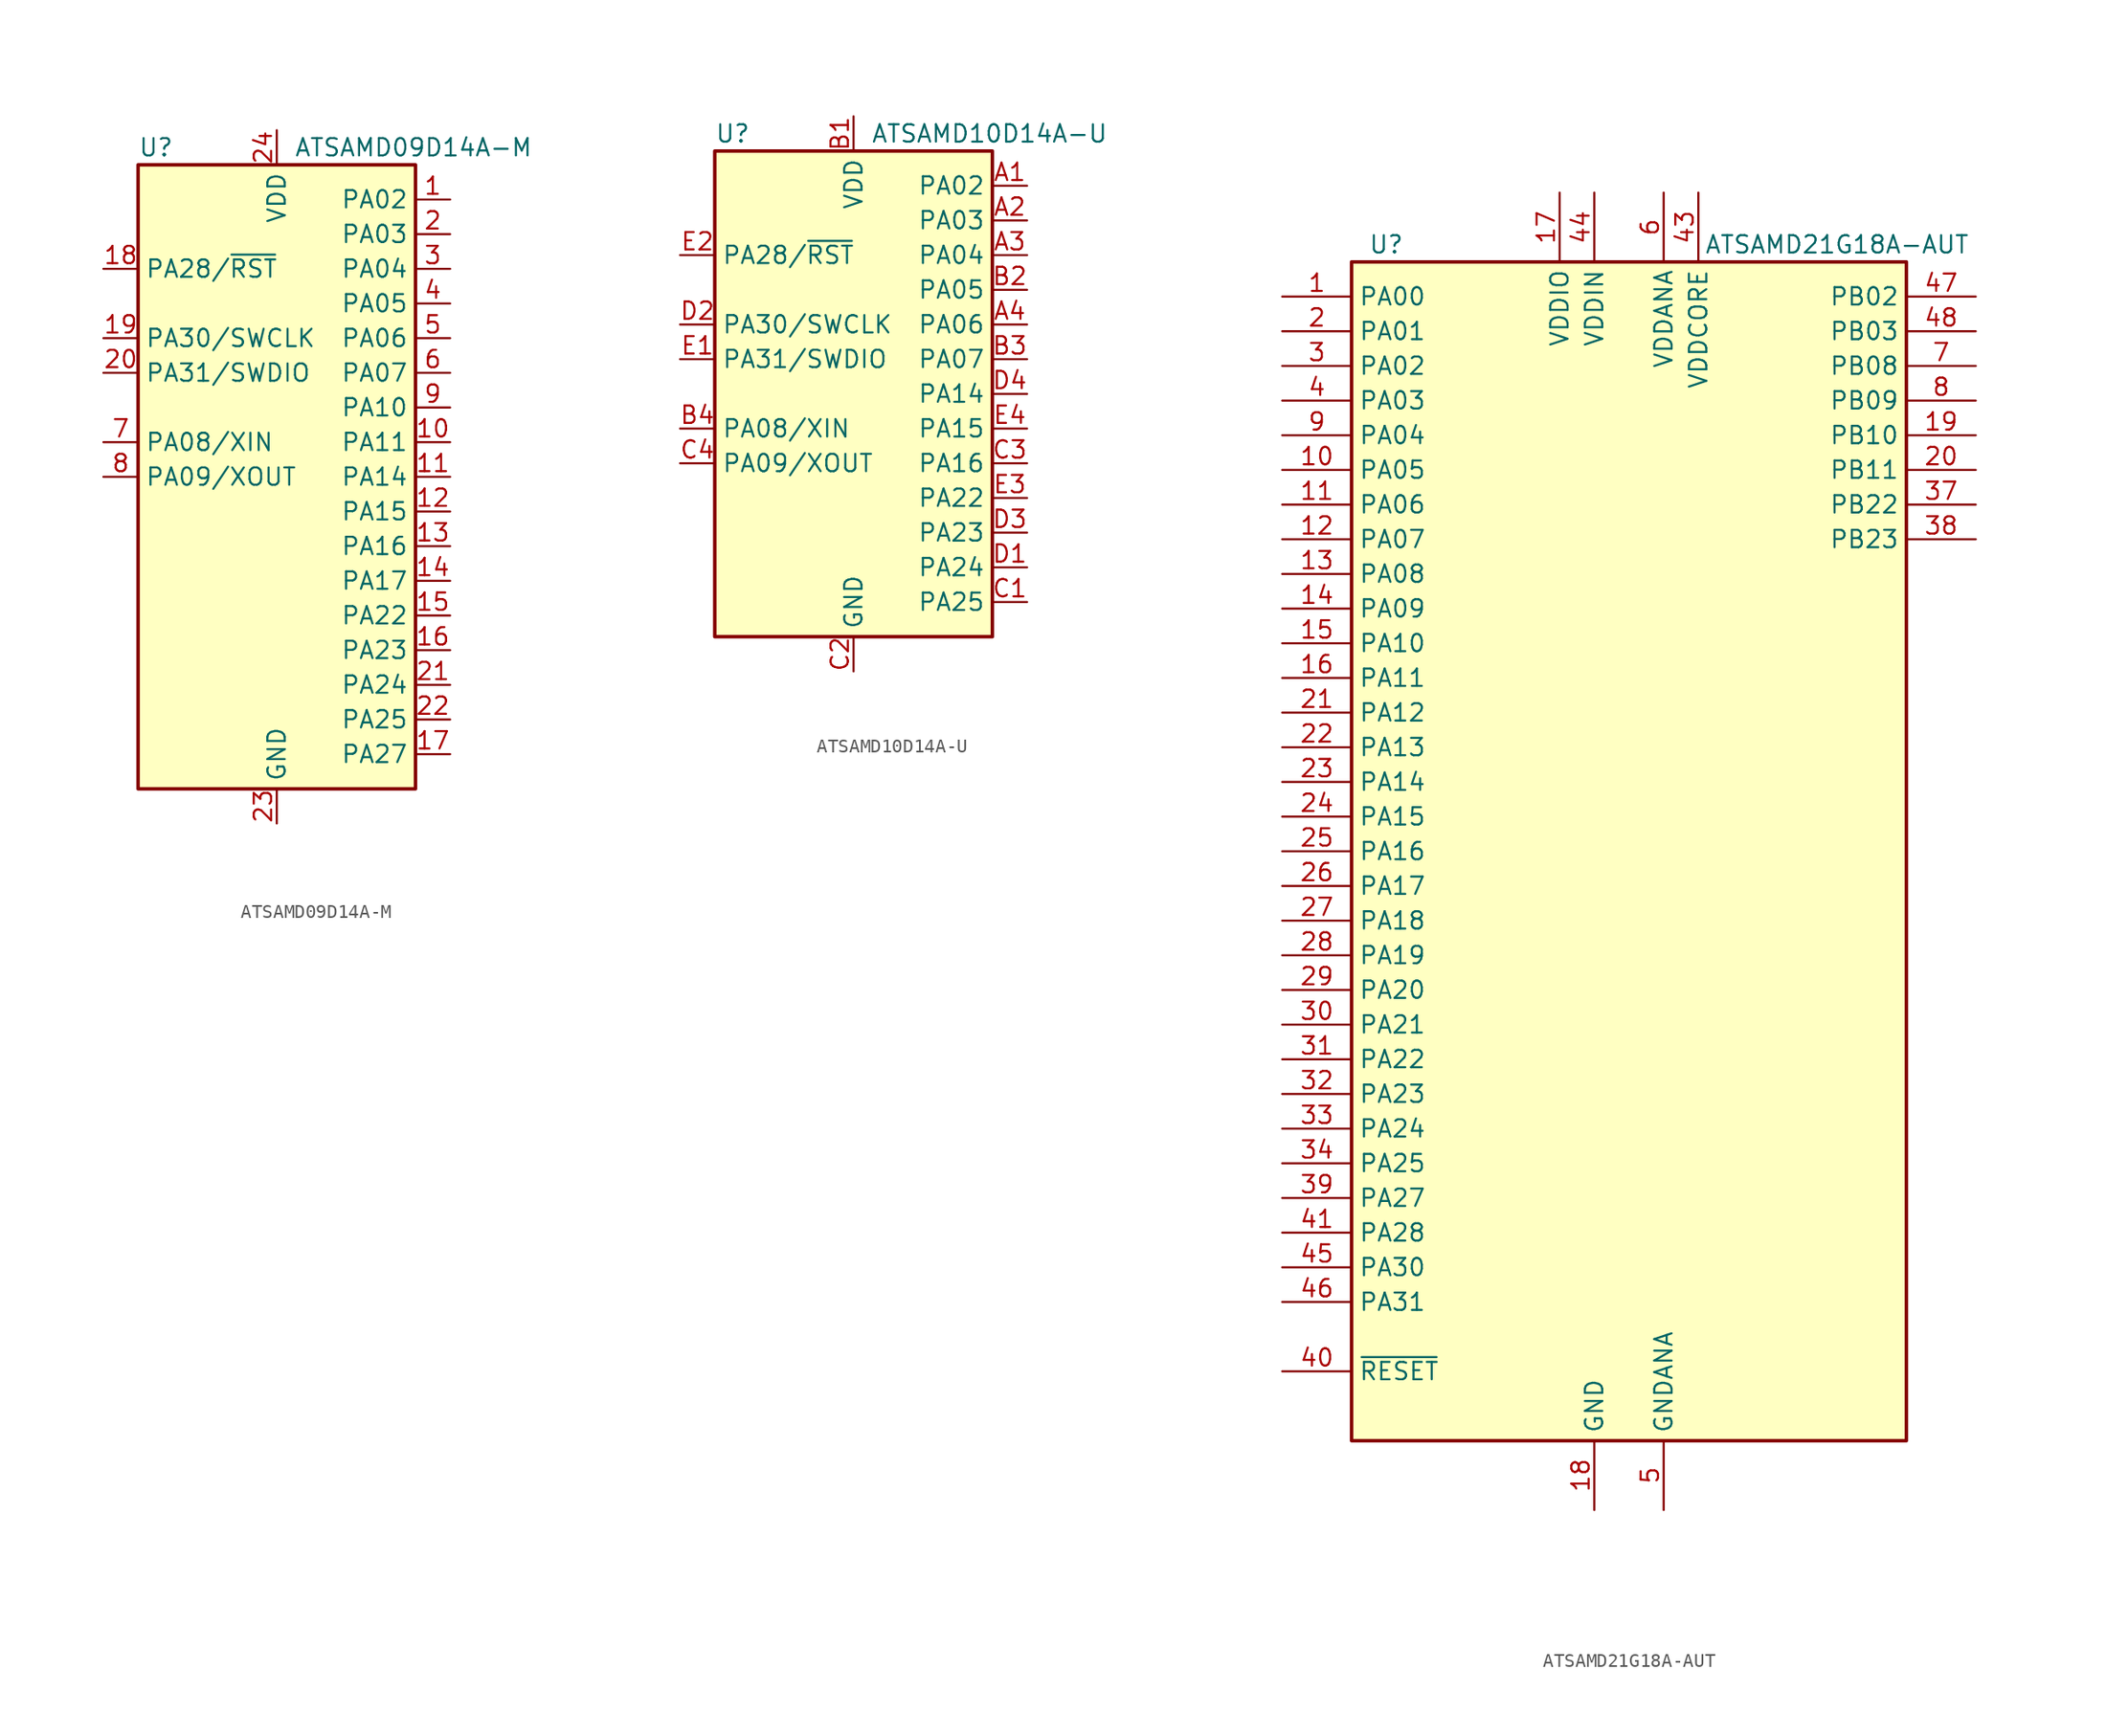
<source format=kicad_sym>
(kicad_symbol_lib
  (version 20201005)
  (generator kicad_symbol_editor)
  (symbol "ATSAMD09D14A-M"
    (property "Reference" "U"
      (at -10.16 24.13 0)
      (effects (font (size 1.27 1.27)) (justify left)))
    (property "Value" "ATSAMD09D14A-M"
      (at 1.27 24.13 0)
      (effects (font (size 1.27 1.27)) (justify left)))
    (symbol "ATSAMD09D14A-M_0_1"
      (rectangle (start -10.16 22.86) (end 10.16 -22.86) (stroke (width 0.254)) (fill (type background))))
    (symbol "ATSAMD09D14A-M_1_1"
      (pin bidirectional line (at 12.7 20.32 180) (length 2.54) (name "PA02" (effects (font (size 1.27 1.27)))) (number "1" (effects (font (size 1.27 1.27)))))
      (pin bidirectional line (at 12.7 2.54 180) (length 2.54) (name "PA11" (effects (font (size 1.27 1.27)))) (number "10" (effects (font (size 1.27 1.27)))))
      (pin bidirectional line (at 12.7 0 180) (length 2.54) (name "PA14" (effects (font (size 1.27 1.27)))) (number "11" (effects (font (size 1.27 1.27)))))
      (pin bidirectional line (at 12.7 -2.54 180) (length 2.54) (name "PA15" (effects (font (size 1.27 1.27)))) (number "12" (effects (font (size 1.27 1.27)))))
      (pin bidirectional line (at 12.7 -5.08 180) (length 2.54) (name "PA16" (effects (font (size 1.27 1.27)))) (number "13" (effects (font (size 1.27 1.27)))))
      (pin bidirectional line (at 12.7 -7.62 180) (length 2.54) (name "PA17" (effects (font (size 1.27 1.27)))) (number "14" (effects (font (size 1.27 1.27)))))
      (pin bidirectional line (at 12.7 -10.16 180) (length 2.54) (name "PA22" (effects (font (size 1.27 1.27)))) (number "15" (effects (font (size 1.27 1.27)))))
      (pin bidirectional line (at 12.7 -12.7 180) (length 2.54) (name "PA23" (effects (font (size 1.27 1.27)))) (number "16" (effects (font (size 1.27 1.27)))))
      (pin bidirectional line (at 12.7 -20.32 180) (length 2.54) (name "PA27" (effects (font (size 1.27 1.27)))) (number "17" (effects (font (size 1.27 1.27)))))
      (pin bidirectional line (at -12.7 15.24 0) (length 2.54) (name "PA28/~RST" (effects (font (size 1.27 1.27)))) (number "18" (effects (font (size 1.27 1.27)))))
      (pin bidirectional line (at -12.7 10.16 0) (length 2.54) (name "PA30/SWCLK" (effects (font (size 1.27 1.27)))) (number "19" (effects (font (size 1.27 1.27)))))
      (pin bidirectional line (at 12.7 17.78 180) (length 2.54) (name "PA03" (effects (font (size 1.27 1.27)))) (number "2" (effects (font (size 1.27 1.27)))))
      (pin bidirectional line (at -12.7 7.62 0) (length 2.54) (name "PA31/SWDIO" (effects (font (size 1.27 1.27)))) (number "20" (effects (font (size 1.27 1.27)))))
      (pin bidirectional line (at 12.7 -15.24 180) (length 2.54) (name "PA24" (effects (font (size 1.27 1.27)))) (number "21" (effects (font (size 1.27 1.27)))))
      (pin bidirectional line (at 12.7 -17.78 180) (length 2.54) (name "PA25" (effects (font (size 1.27 1.27)))) (number "22" (effects (font (size 1.27 1.27)))))
      (pin power_in line (at 0 -25.4 90) (length 2.54) (name "GND" (effects (font (size 1.27 1.27)))) (number "23" (effects (font (size 1.27 1.27)))))
      (pin power_in line (at 0 25.4 270) (length 2.54) (name "VDD" (effects (font (size 1.27 1.27)))) (number "24" (effects (font (size 1.27 1.27)))))
      (pin bidirectional line (at 12.7 15.24 180) (length 2.54) (name "PA04" (effects (font (size 1.27 1.27)))) (number "3" (effects (font (size 1.27 1.27)))))
      (pin bidirectional line (at 12.7 12.7 180) (length 2.54) (name "PA05" (effects (font (size 1.27 1.27)))) (number "4" (effects (font (size 1.27 1.27)))))
      (pin bidirectional line (at 12.7 10.16 180) (length 2.54) (name "PA06" (effects (font (size 1.27 1.27)))) (number "5" (effects (font (size 1.27 1.27)))))
      (pin bidirectional line (at 12.7 7.62 180) (length 2.54) (name "PA07" (effects (font (size 1.27 1.27)))) (number "6" (effects (font (size 1.27 1.27)))))
      (pin bidirectional line (at -12.7 2.54 0) (length 2.54) (name "PA08/XIN" (effects (font (size 1.27 1.27)))) (number "7" (effects (font (size 1.27 1.27)))))
      (pin bidirectional line (at -12.7 0 0) (length 2.54) (name "PA09/XOUT" (effects (font (size 1.27 1.27)))) (number "8" (effects (font (size 1.27 1.27)))))
      (pin bidirectional line (at 12.7 5.08 180) (length 2.54) (name "PA10" (effects (font (size 1.27 1.27)))) (number "9" (effects (font (size 1.27 1.27)))))))
  (symbol "ATSAMD10D14A-U"
    (property "Reference" "U"
      (at -10.16 19.05 0)
      (effects (font (size 1.27 1.27)) (justify left)))
    (property "Value" "ATSAMD10D14A-U"
      (at 1.27 19.05 0)
      (effects (font (size 1.27 1.27)) (justify left)))
    (symbol "ATSAMD10D14A-U_0_1"
      (rectangle (start -10.16 17.78) (end 10.16 -17.78) (stroke (width 0.254)) (fill (type background))))
    (symbol "ATSAMD10D14A-U_1_1"
      (pin bidirectional line (at 12.7 15.24 180) (length 2.54) (name "PA02" (effects (font (size 1.27 1.27)))) (number "A1" (effects (font (size 1.27 1.27)))))
      (pin bidirectional line (at 12.7 12.7 180) (length 2.54) (name "PA03" (effects (font (size 1.27 1.27)))) (number "A2" (effects (font (size 1.27 1.27)))))
      (pin bidirectional line (at 12.7 10.16 180) (length 2.54) (name "PA04" (effects (font (size 1.27 1.27)))) (number "A3" (effects (font (size 1.27 1.27)))))
      (pin bidirectional line (at 12.7 5.08 180) (length 2.54) (name "PA06" (effects (font (size 1.27 1.27)))) (number "A4" (effects (font (size 1.27 1.27)))))
      (pin power_in line (at 0 20.32 270) (length 2.54) (name "VDD" (effects (font (size 1.27 1.27)))) (number "B1" (effects (font (size 1.27 1.27)))))
      (pin bidirectional line (at 12.7 7.62 180) (length 2.54) (name "PA05" (effects (font (size 1.27 1.27)))) (number "B2" (effects (font (size 1.27 1.27)))))
      (pin bidirectional line (at 12.7 2.54 180) (length 2.54) (name "PA07" (effects (font (size 1.27 1.27)))) (number "B3" (effects (font (size 1.27 1.27)))))
      (pin bidirectional line (at -12.7 -2.54 0) (length 2.54) (name "PA08/XIN" (effects (font (size 1.27 1.27)))) (number "B4" (effects (font (size 1.27 1.27)))))
      (pin bidirectional line (at 12.7 -15.24 180) (length 2.54) (name "PA25" (effects (font (size 1.27 1.27)))) (number "C1" (effects (font (size 1.27 1.27)))))
      (pin power_in line (at 0 -20.32 90) (length 2.54) (name "GND" (effects (font (size 1.27 1.27)))) (number "C2" (effects (font (size 1.27 1.27)))))
      (pin bidirectional line (at 12.7 -5.08 180) (length 2.54) (name "PA16" (effects (font (size 1.27 1.27)))) (number "C3" (effects (font (size 1.27 1.27)))))
      (pin bidirectional line (at -12.7 -5.08 0) (length 2.54) (name "PA09/XOUT" (effects (font (size 1.27 1.27)))) (number "C4" (effects (font (size 1.27 1.27)))))
      (pin bidirectional line (at 12.7 -12.7 180) (length 2.54) (name "PA24" (effects (font (size 1.27 1.27)))) (number "D1" (effects (font (size 1.27 1.27)))))
      (pin bidirectional line (at -12.7 5.08 0) (length 2.54) (name "PA30/SWCLK" (effects (font (size 1.27 1.27)))) (number "D2" (effects (font (size 1.27 1.27)))))
      (pin bidirectional line (at 12.7 -10.16 180) (length 2.54) (name "PA23" (effects (font (size 1.27 1.27)))) (number "D3" (effects (font (size 1.27 1.27)))))
      (pin bidirectional line (at 12.7 0 180) (length 2.54) (name "PA14" (effects (font (size 1.27 1.27)))) (number "D4" (effects (font (size 1.27 1.27)))))
      (pin bidirectional line (at -12.7 2.54 0) (length 2.54) (name "PA31/SWDIO" (effects (font (size 1.27 1.27)))) (number "E1" (effects (font (size 1.27 1.27)))))
      (pin bidirectional line (at -12.7 10.16 0) (length 2.54) (name "PA28/~RST" (effects (font (size 1.27 1.27)))) (number "E2" (effects (font (size 1.27 1.27)))))
      (pin bidirectional line (at 12.7 -7.62 180) (length 2.54) (name "PA22" (effects (font (size 1.27 1.27)))) (number "E3" (effects (font (size 1.27 1.27)))))
      (pin bidirectional line (at 12.7 -2.54 180) (length 2.54) (name "PA15" (effects (font (size 1.27 1.27)))) (number "E4" (effects (font (size 1.27 1.27)))))))
  (symbol "ATSAMD21G18A-AUT"
    (property "Reference" "U"
      (at -17.78 44.45 0)
      (effects (font (size 1.27 1.27))))
    (property "Value" "ATSAMD21G18A-AUT"
      (at 15.24 44.45 0)
      (effects (font (size 1.27 1.27))))
    (symbol "ATSAMD21G18A-AUT_0_1"
      (rectangle (start -20.32 43.18) (end 20.32 -43.18) (stroke (width 0.254)) (fill (type background))))
    (symbol "ATSAMD21G18A-AUT_1_1"
      (pin bidirectional line (at -25.4 40.64 0) (length 5.08) (name "PA00" (effects (font (size 1.27 1.27)))) (number "1" (effects (font (size 1.27 1.27)))))
      (pin bidirectional line (at -25.4 27.94 0) (length 5.08) (name "PA05" (effects (font (size 1.27 1.27)))) (number "10" (effects (font (size 1.27 1.27)))))
      (pin bidirectional line (at -25.4 25.4 0) (length 5.08) (name "PA06" (effects (font (size 1.27 1.27)))) (number "11" (effects (font (size 1.27 1.27)))))
      (pin bidirectional line (at -25.4 22.86 0) (length 5.08) (name "PA07" (effects (font (size 1.27 1.27)))) (number "12" (effects (font (size 1.27 1.27)))))
      (pin bidirectional line (at -25.4 20.32 0) (length 5.08) (name "PA08" (effects (font (size 1.27 1.27)))) (number "13" (effects (font (size 1.27 1.27)))))
      (pin bidirectional line (at -25.4 17.78 0) (length 5.08) (name "PA09" (effects (font (size 1.27 1.27)))) (number "14" (effects (font (size 1.27 1.27)))))
      (pin bidirectional line (at -25.4 15.24 0) (length 5.08) (name "PA10" (effects (font (size 1.27 1.27)))) (number "15" (effects (font (size 1.27 1.27)))))
      (pin bidirectional line (at -25.4 12.7 0) (length 5.08) (name "PA11" (effects (font (size 1.27 1.27)))) (number "16" (effects (font (size 1.27 1.27)))))
      (pin power_in line (at -5.08 48.26 270) (length 5.08) (name "VDDIO" (effects (font (size 1.27 1.27)))) (number "17" (effects (font (size 1.27 1.27)))))
      (pin power_in line (at -2.54 -48.26 90) (length 5.08) (name "GND" (effects (font (size 1.27 1.27)))) (number "18" (effects (font (size 1.27 1.27)))))
      (pin bidirectional line (at 25.4 30.48 180) (length 5.08) (name "PB10" (effects (font (size 1.27 1.27)))) (number "19" (effects (font (size 1.27 1.27)))))
      (pin bidirectional line (at -25.4 38.1 0) (length 5.08) (name "PA01" (effects (font (size 1.27 1.27)))) (number "2" (effects (font (size 1.27 1.27)))))
      (pin bidirectional line (at 25.4 27.94 180) (length 5.08) (name "PB11" (effects (font (size 1.27 1.27)))) (number "20" (effects (font (size 1.27 1.27)))))
      (pin bidirectional line (at -25.4 10.16 0) (length 5.08) (name "PA12" (effects (font (size 1.27 1.27)))) (number "21" (effects (font (size 1.27 1.27)))))
      (pin bidirectional line (at -25.4 7.62 0) (length 5.08) (name "PA13" (effects (font (size 1.27 1.27)))) (number "22" (effects (font (size 1.27 1.27)))))
      (pin bidirectional line (at -25.4 5.08 0) (length 5.08) (name "PA14" (effects (font (size 1.27 1.27)))) (number "23" (effects (font (size 1.27 1.27)))))
      (pin bidirectional line (at -25.4 2.54 0) (length 5.08) (name "PA15" (effects (font (size 1.27 1.27)))) (number "24" (effects (font (size 1.27 1.27)))))
      (pin bidirectional line (at -25.4 0 0) (length 5.08) (name "PA16" (effects (font (size 1.27 1.27)))) (number "25" (effects (font (size 1.27 1.27)))))
      (pin bidirectional line (at -25.4 -2.54 0) (length 5.08) (name "PA17" (effects (font (size 1.27 1.27)))) (number "26" (effects (font (size 1.27 1.27)))))
      (pin bidirectional line (at -25.4 -5.08 0) (length 5.08) (name "PA18" (effects (font (size 1.27 1.27)))) (number "27" (effects (font (size 1.27 1.27)))))
      (pin bidirectional line (at -25.4 -7.62 0) (length 5.08) (name "PA19" (effects (font (size 1.27 1.27)))) (number "28" (effects (font (size 1.27 1.27)))))
      (pin bidirectional line (at -25.4 -10.16 0) (length 5.08) (name "PA20" (effects (font (size 1.27 1.27)))) (number "29" (effects (font (size 1.27 1.27)))))
      (pin bidirectional line (at -25.4 35.56 0) (length 5.08) (name "PA02" (effects (font (size 1.27 1.27)))) (number "3" (effects (font (size 1.27 1.27)))))
      (pin bidirectional line (at -25.4 -12.7 0) (length 5.08) (name "PA21" (effects (font (size 1.27 1.27)))) (number "30" (effects (font (size 1.27 1.27)))))
      (pin bidirectional line (at -25.4 -15.24 0) (length 5.08) (name "PA22" (effects (font (size 1.27 1.27)))) (number "31" (effects (font (size 1.27 1.27)))))
      (pin bidirectional line (at -25.4 -17.78 0) (length 5.08) (name "PA23" (effects (font (size 1.27 1.27)))) (number "32" (effects (font (size 1.27 1.27)))))
      (pin bidirectional line (at -25.4 -20.32 0) (length 5.08) (name "PA24" (effects (font (size 1.27 1.27)))) (number "33" (effects (font (size 1.27 1.27)))))
      (pin bidirectional line (at -25.4 -22.86 0) (length 5.08) (name "PA25" (effects (font (size 1.27 1.27)))) (number "34" (effects (font (size 1.27 1.27)))))
      (pin passive line (at -2.54 -48.26 90) (length 5.08) hide (name "GND" (effects (font (size 1.27 1.27)))) (number "35" (effects (font (size 1.27 1.27)))))
      (pin passive line (at -5.08 48.26 270) (length 5.08) hide (name "VDDIO" (effects (font (size 1.27 1.27)))) (number "36" (effects (font (size 1.27 1.27)))))
      (pin bidirectional line (at 25.4 25.4 180) (length 5.08) (name "PB22" (effects (font (size 1.27 1.27)))) (number "37" (effects (font (size 1.27 1.27)))))
      (pin bidirectional line (at 25.4 22.86 180) (length 5.08) (name "PB23" (effects (font (size 1.27 1.27)))) (number "38" (effects (font (size 1.27 1.27)))))
      (pin bidirectional line (at -25.4 -25.4 0) (length 5.08) (name "PA27" (effects (font (size 1.27 1.27)))) (number "39" (effects (font (size 1.27 1.27)))))
      (pin bidirectional line (at -25.4 33.02 0) (length 5.08) (name "PA03" (effects (font (size 1.27 1.27)))) (number "4" (effects (font (size 1.27 1.27)))))
      (pin input line (at -25.4 -38.1 0) (length 5.08) (name "~RESET" (effects (font (size 1.27 1.27)))) (number "40" (effects (font (size 1.27 1.27)))))
      (pin bidirectional line (at -25.4 -27.94 0) (length 5.08) (name "PA28" (effects (font (size 1.27 1.27)))) (number "41" (effects (font (size 1.27 1.27)))))
      (pin passive line (at -2.54 -48.26 90) (length 5.08) hide (name "GND" (effects (font (size 1.27 1.27)))) (number "42" (effects (font (size 1.27 1.27)))))
      (pin power_out line (at 5.08 48.26 270) (length 5.08) (name "VDDCORE" (effects (font (size 1.27 1.27)))) (number "43" (effects (font (size 1.27 1.27)))))
      (pin power_in line (at -2.54 48.26 270) (length 5.08) (name "VDDIN" (effects (font (size 1.27 1.27)))) (number "44" (effects (font (size 1.27 1.27)))))
      (pin bidirectional line (at -25.4 -30.48 0) (length 5.08) (name "PA30" (effects (font (size 1.27 1.27)))) (number "45" (effects (font (size 1.27 1.27)))))
      (pin bidirectional line (at -25.4 -33.02 0) (length 5.08) (name "PA31" (effects (font (size 1.27 1.27)))) (number "46" (effects (font (size 1.27 1.27)))))
      (pin bidirectional line (at 25.4 40.64 180) (length 5.08) (name "PB02" (effects (font (size 1.27 1.27)))) (number "47" (effects (font (size 1.27 1.27)))))
      (pin bidirectional line (at 25.4 38.1 180) (length 5.08) (name "PB03" (effects (font (size 1.27 1.27)))) (number "48" (effects (font (size 1.27 1.27)))))
      (pin power_in line (at 2.54 -48.26 90) (length 5.08) (name "GNDANA" (effects (font (size 1.27 1.27)))) (number "5" (effects (font (size 1.27 1.27)))))
      (pin power_in line (at 2.54 48.26 270) (length 5.08) (name "VDDANA" (effects (font (size 1.27 1.27)))) (number "6" (effects (font (size 1.27 1.27)))))
      (pin bidirectional line (at 25.4 35.56 180) (length 5.08) (name "PB08" (effects (font (size 1.27 1.27)))) (number "7" (effects (font (size 1.27 1.27)))))
      (pin bidirectional line (at 25.4 33.02 180) (length 5.08) (name "PB09" (effects (font (size 1.27 1.27)))) (number "8" (effects (font (size 1.27 1.27)))))
      (pin bidirectional line (at -25.4 30.48 0) (length 5.08) (name "PA04" (effects (font (size 1.27 1.27)))) (number "9" (effects (font (size 1.27 1.27))))))))
</source>
